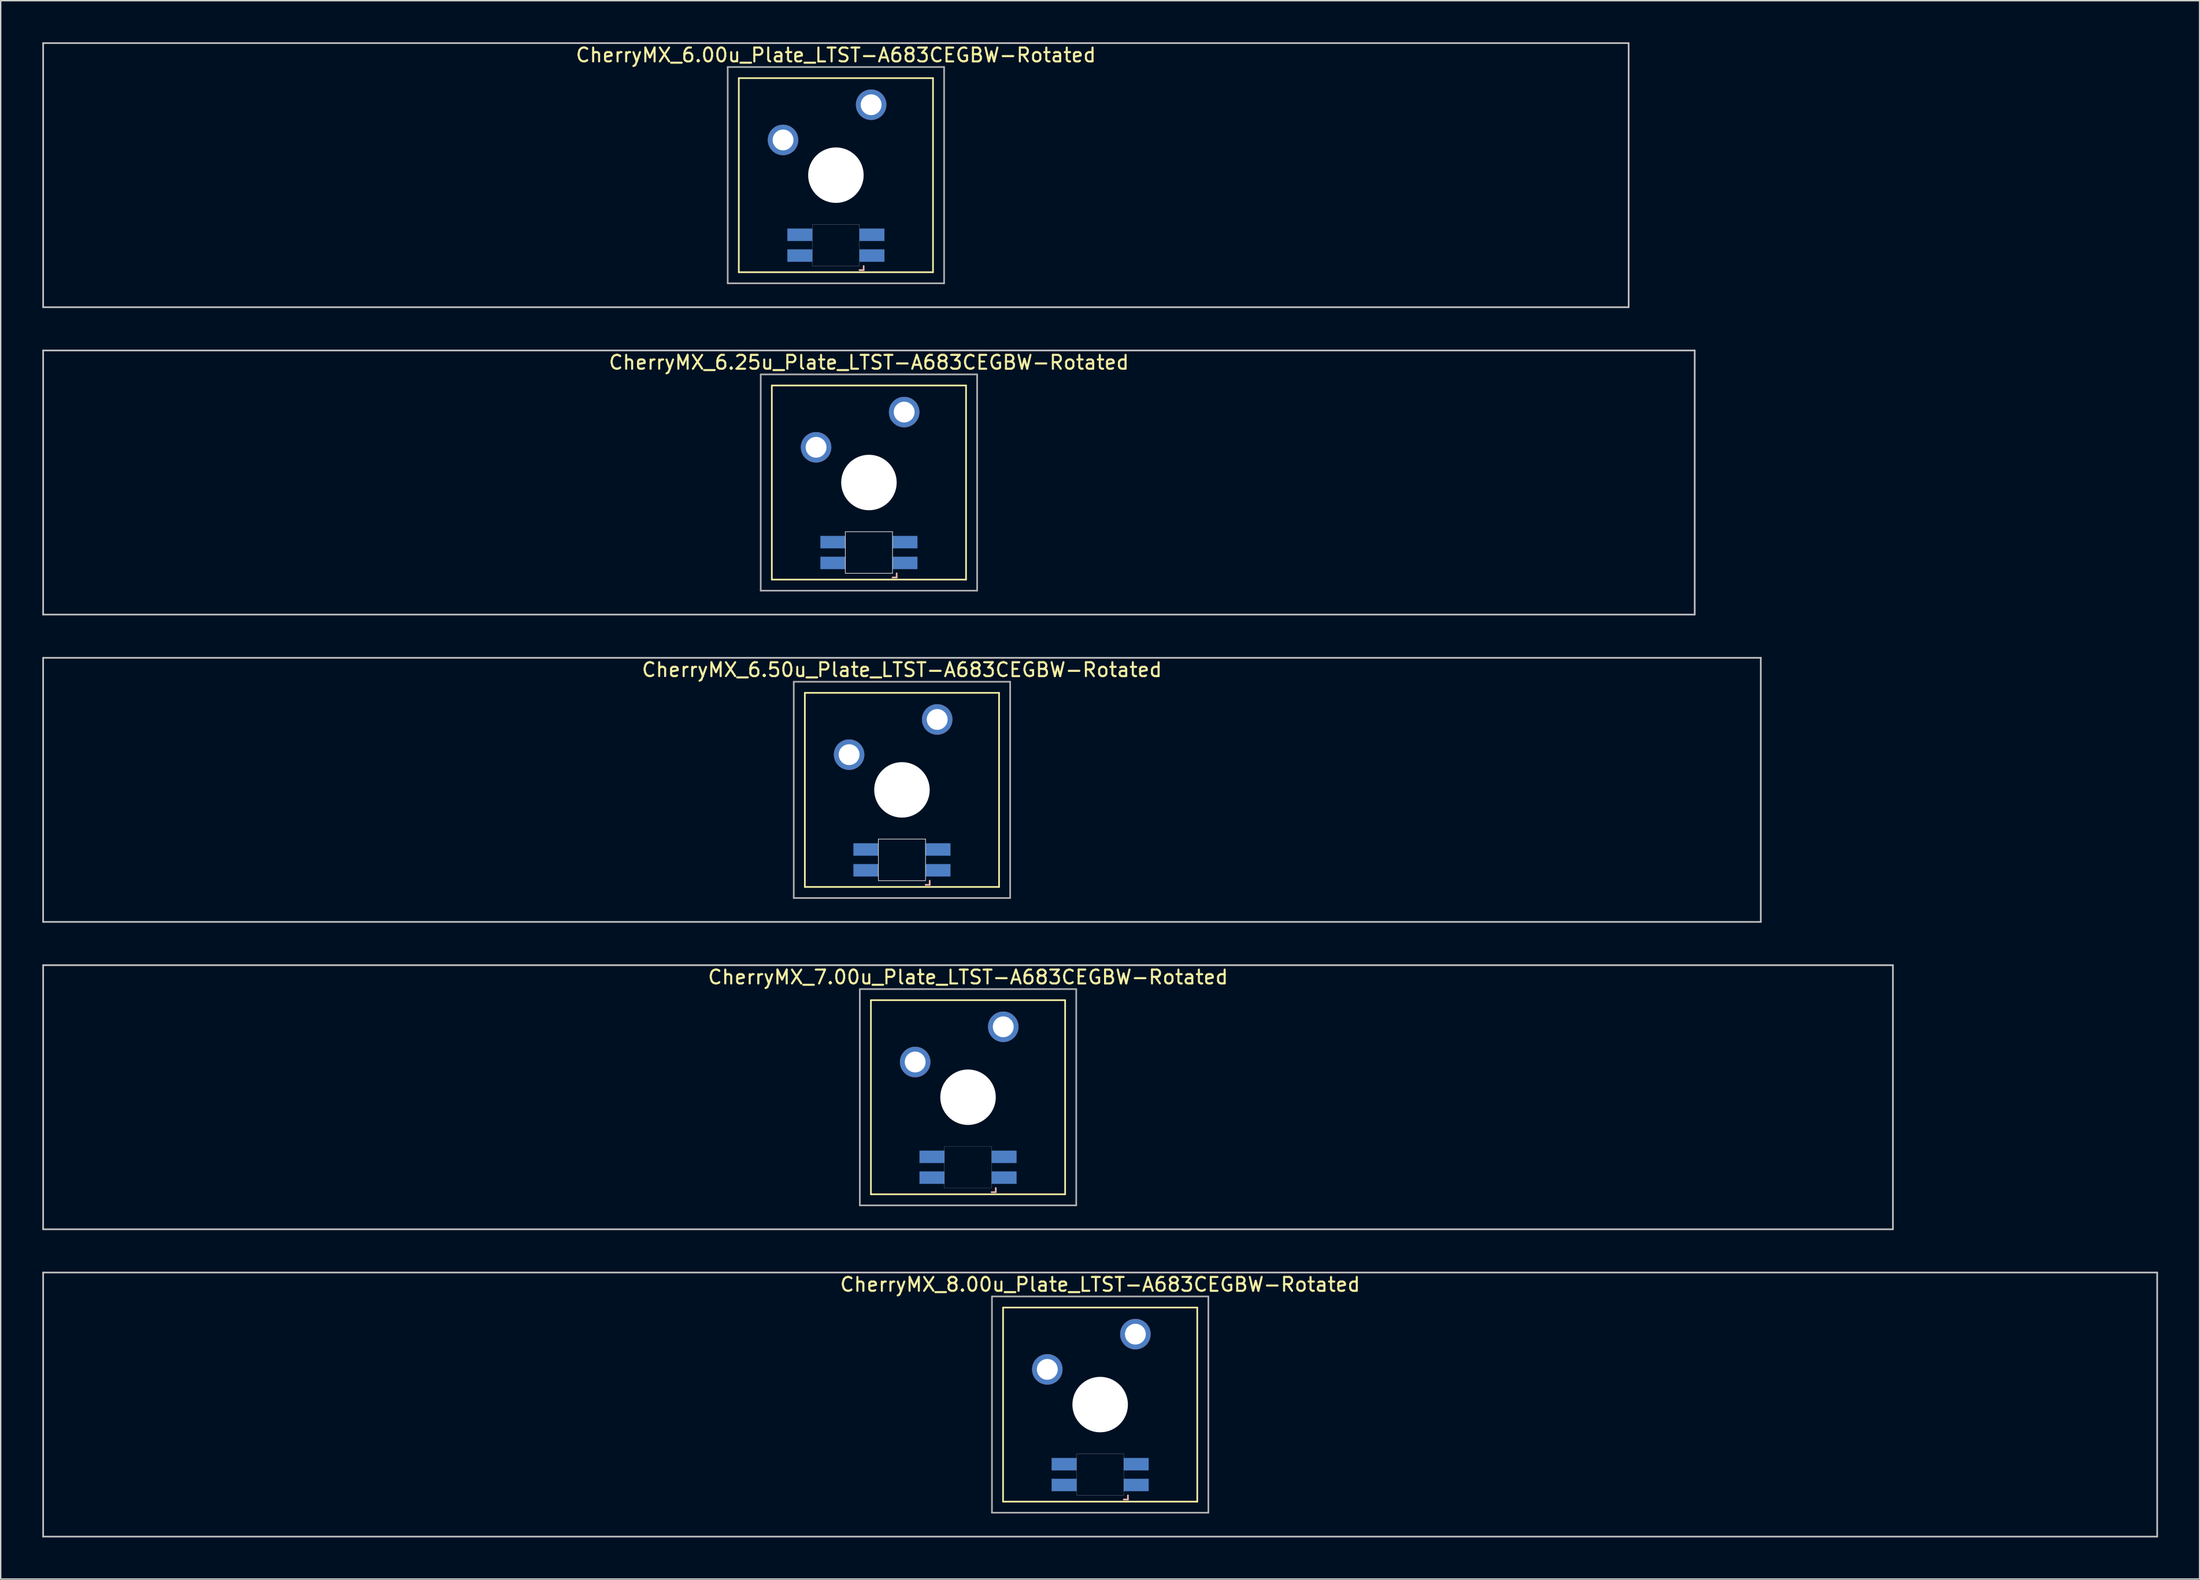
<source format=kicad_pcb>
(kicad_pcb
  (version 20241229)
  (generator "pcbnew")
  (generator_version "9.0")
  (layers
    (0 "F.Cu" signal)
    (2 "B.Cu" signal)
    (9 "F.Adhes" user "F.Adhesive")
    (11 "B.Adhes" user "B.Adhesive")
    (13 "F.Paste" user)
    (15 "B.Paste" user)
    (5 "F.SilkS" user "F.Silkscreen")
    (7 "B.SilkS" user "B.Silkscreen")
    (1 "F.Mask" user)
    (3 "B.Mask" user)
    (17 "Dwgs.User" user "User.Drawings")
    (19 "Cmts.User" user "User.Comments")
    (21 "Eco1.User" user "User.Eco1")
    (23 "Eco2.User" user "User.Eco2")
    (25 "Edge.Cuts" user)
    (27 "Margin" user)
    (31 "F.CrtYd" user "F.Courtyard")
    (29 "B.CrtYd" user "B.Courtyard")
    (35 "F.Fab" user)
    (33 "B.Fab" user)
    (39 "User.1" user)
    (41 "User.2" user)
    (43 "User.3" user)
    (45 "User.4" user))
  (footprint "CherryMX_7.00u_Plate_LTST-A683CEGBW-Rotated"
    (layer "F.Cu")
    (at 66.735 76.095)
    (property "Reference" "CherryMX_7.00u_Plate_LTST-A683CEGBW-Rotated" (at 0 -8.662 0) (layer "F.SilkS") (effects (font (size 1 1) (thickness 0.15))))
    (attr through_hole)
    (fp_line (start -7 -7) (end -7 7) (stroke (width 0.12) (type solid)) (layer "F.SilkS"))
    (fp_line (start -7 -7) (end 7 -7) (stroke (width 0.12) (type solid)) (layer "F.SilkS"))
    (fp_line (start 7 -7) (end 7 7) (stroke (width 0.12) (type solid)) (layer "F.SilkS"))
    (fp_line (start 7 7) (end -7 7) (stroke (width 0.12) (type solid)) (layer "F.SilkS"))
    (fp_line (start 1.7 6.85) (end 2 6.85) (stroke (width 0.12) (type solid)) (layer "B.SilkS"))
    (fp_line (start 2 6.85) (end 2 6.55) (stroke (width 0.12) (type solid)) (layer "B.SilkS"))
    (fp_line (start -66.675 -9.525) (end 66.675 -9.525) (stroke (width 0.12) (type solid)) (layer "Dwgs.User"))
    (fp_line (start -66.675 9.525) (end -66.675 -9.525) (stroke (width 0.12) (type solid)) (layer "Dwgs.User"))
    (fp_line (start 66.675 -9.525) (end 66.675 9.525) (stroke (width 0.12) (type solid)) (layer "Dwgs.User"))
    (fp_line (start 66.675 9.525) (end -66.675 9.525) (stroke (width 0.12) (type solid)) (layer "Dwgs.User"))
    (fp_poly (pts (xy -1.7 3.55) (xy 1.7 3.55) (xy 1.7 6.55) (xy -1.7 6.55)) (stroke (width 0.01) (type solid)) (fill no) (layer "Edge.Cuts"))
    (fp_line (start -7.8 -7.8) (end -7.8 7.8) (stroke (width 0.12) (type solid)) (layer "F.Fab"))
    (fp_line (start -7.8 -7.8) (end 7.8 -7.8) (stroke (width 0.12) (type solid)) (layer "F.Fab"))
    (fp_line (start -7.8 7.8) (end 7.8 7.8) (stroke (width 0.12) (type solid)) (layer "F.Fab"))
    (fp_line (start 7.8 -7.8) (end 7.8 7.8) (stroke (width 0.12) (type solid)) (layer "F.Fab"))
    (pad "" np_thru_hole circle (at 0 0) (size 4 4) (drill 4) (layers "*.Cu" "*.Mask"))
    (pad "1" thru_hole circle (at -3.81 -2.54) (size 2.2 2.2) (drill 1.5) (layers "*.Cu" "*.Mask"))
    (pad "2" thru_hole circle (at 2.54 -5.08) (size 2.2 2.2) (drill 1.5) (layers "*.Cu" "*.Mask"))
    (pad "3" smd rect (at 2.6 5.8 180) (size 1.8 0.9) (layers "B.Cu" "B.Mask" "B.Paste"))
    (pad "4" smd rect (at 2.6 4.3 180) (size 1.8 0.9) (layers "B.Cu" "B.Mask" "B.Paste"))
    (pad "5" smd rect (at -2.6 5.8 180) (size 1.8 0.9) (layers "B.Cu" "B.Mask" "B.Paste"))
    (pad "6" smd rect (at -2.6 4.3 180) (size 1.8 0.9) (layers "B.Cu" "B.Mask" "B.Paste")))
  (footprint "CherryMX_6.00u_Plate_LTST-A683CEGBW-Rotated"
    (layer "F.Cu")
    (at 57.21 9.585)
    (property "Reference" "CherryMX_6.00u_Plate_LTST-A683CEGBW-Rotated" (at 0 -8.662 0) (layer "F.SilkS") (effects (font (size 1 1) (thickness 0.15))))
    (attr through_hole)
    (fp_line (start -7 -7) (end -7 7) (stroke (width 0.12) (type solid)) (layer "F.SilkS"))
    (fp_line (start -7 -7) (end 7 -7) (stroke (width 0.12) (type solid)) (layer "F.SilkS"))
    (fp_line (start 7 -7) (end 7 7) (stroke (width 0.12) (type solid)) (layer "F.SilkS"))
    (fp_line (start 7 7) (end -7 7) (stroke (width 0.12) (type solid)) (layer "F.SilkS"))
    (fp_line (start 1.7 6.85) (end 2 6.85) (stroke (width 0.12) (type solid)) (layer "B.SilkS"))
    (fp_line (start 2 6.85) (end 2 6.55) (stroke (width 0.12) (type solid)) (layer "B.SilkS"))
    (fp_line (start -57.15 -9.525) (end 57.15 -9.525) (stroke (width 0.12) (type solid)) (layer "Dwgs.User"))
    (fp_line (start -57.15 9.525) (end -57.15 -9.525) (stroke (width 0.12) (type solid)) (layer "Dwgs.User"))
    (fp_line (start 57.15 -9.525) (end 57.15 9.525) (stroke (width 0.12) (type solid)) (layer "Dwgs.User"))
    (fp_line (start 57.15 9.525) (end -57.15 9.525) (stroke (width 0.12) (type solid)) (layer "Dwgs.User"))
    (fp_poly (pts (xy -1.7 3.55) (xy 1.7 3.55) (xy 1.7 6.55) (xy -1.7 6.55)) (stroke (width 0.01) (type solid)) (fill no) (layer "Edge.Cuts"))
    (fp_line (start -7.8 -7.8) (end -7.8 7.8) (stroke (width 0.12) (type solid)) (layer "F.Fab"))
    (fp_line (start -7.8 -7.8) (end 7.8 -7.8) (stroke (width 0.12) (type solid)) (layer "F.Fab"))
    (fp_line (start -7.8 7.8) (end 7.8 7.8) (stroke (width 0.12) (type solid)) (layer "F.Fab"))
    (fp_line (start 7.8 -7.8) (end 7.8 7.8) (stroke (width 0.12) (type solid)) (layer "F.Fab"))
    (pad "" np_thru_hole circle (at 0 0) (size 4 4) (drill 4) (layers "*.Cu" "*.Mask"))
    (pad "1" thru_hole circle (at -3.81 -2.54) (size 2.2 2.2) (drill 1.5) (layers "*.Cu" "*.Mask"))
    (pad "2" thru_hole circle (at 2.54 -5.08) (size 2.2 2.2) (drill 1.5) (layers "*.Cu" "*.Mask"))
    (pad "3" smd rect (at 2.6 5.8 180) (size 1.8 0.9) (layers "B.Cu" "B.Mask" "B.Paste"))
    (pad "4" smd rect (at 2.6 4.3 180) (size 1.8 0.9) (layers "B.Cu" "B.Mask" "B.Paste"))
    (pad "5" smd rect (at -2.6 5.8 180) (size 1.8 0.9) (layers "B.Cu" "B.Mask" "B.Paste"))
    (pad "6" smd rect (at -2.6 4.3 180) (size 1.8 0.9) (layers "B.Cu" "B.Mask" "B.Paste")))
  (footprint "CherryMX_6.25u_Plate_LTST-A683CEGBW-Rotated"
    (layer "F.Cu")
    (at 59.591 31.755)
    (property "Reference" "CherryMX_6.25u_Plate_LTST-A683CEGBW-Rotated" (at 0 -8.662 0) (layer "F.SilkS") (effects (font (size 1 1) (thickness 0.15))))
    (attr through_hole)
    (fp_line (start -7 -7) (end -7 7) (stroke (width 0.12) (type solid)) (layer "F.SilkS"))
    (fp_line (start -7 -7) (end 7 -7) (stroke (width 0.12) (type solid)) (layer "F.SilkS"))
    (fp_line (start 7 -7) (end 7 7) (stroke (width 0.12) (type solid)) (layer "F.SilkS"))
    (fp_line (start 7 7) (end -7 7) (stroke (width 0.12) (type solid)) (layer "F.SilkS"))
    (fp_line (start 1.7 6.85) (end 2 6.85) (stroke (width 0.12) (type solid)) (layer "B.SilkS"))
    (fp_line (start 2 6.85) (end 2 6.55) (stroke (width 0.12) (type solid)) (layer "B.SilkS"))
    (fp_line (start -59.531 -9.525) (end 59.531 -9.525) (stroke (width 0.12) (type solid)) (layer "Dwgs.User"))
    (fp_line (start -59.531 9.525) (end -59.531 -9.525) (stroke (width 0.12) (type solid)) (layer "Dwgs.User"))
    (fp_line (start 59.531 -9.525) (end 59.531 9.525) (stroke (width 0.12) (type solid)) (layer "Dwgs.User"))
    (fp_line (start 59.531 9.525) (end -59.531 9.525) (stroke (width 0.12) (type solid)) (layer "Dwgs.User"))
    (fp_line (start -1.7 3.55) (end 1.7 3.55) (stroke (width 0.05) (type solid)) (layer "Edge.Cuts"))
    (fp_line (start -1.7 6.55) (end -1.7 3.55) (stroke (width 0.05) (type solid)) (layer "Edge.Cuts"))
    (fp_line (start 1.7 3.55) (end 1.7 6.55) (stroke (width 0.05) (type solid)) (layer "Edge.Cuts"))
    (fp_line (start 1.7 6.55) (end -1.7 6.55) (stroke (width 0.05) (type solid)) (layer "Edge.Cuts"))
    (fp_line (start -7.8 -7.8) (end -7.8 7.8) (stroke (width 0.12) (type solid)) (layer "F.Fab"))
    (fp_line (start -7.8 -7.8) (end 7.8 -7.8) (stroke (width 0.12) (type solid)) (layer "F.Fab"))
    (fp_line (start -7.8 7.8) (end 7.8 7.8) (stroke (width 0.12) (type solid)) (layer "F.Fab"))
    (fp_line (start 7.8 -7.8) (end 7.8 7.8) (stroke (width 0.12) (type solid)) (layer "F.Fab"))
    (pad "" np_thru_hole circle (at 0 0) (size 4 4) (drill 4) (layers "*.Cu" "*.Mask"))
    (pad "1" thru_hole circle (at -3.81 -2.54) (size 2.2 2.2) (drill 1.5) (layers "*.Cu" "*.Mask"))
    (pad "2" thru_hole circle (at 2.54 -5.08) (size 2.2 2.2) (drill 1.5) (layers "*.Cu" "*.Mask"))
    (pad "3" smd rect (at 2.6 5.8 180) (size 1.8 0.9) (layers "B.Cu" "B.Mask" "B.Paste"))
    (pad "4" smd rect (at 2.6 4.3 180) (size 1.8 0.9) (layers "B.Cu" "B.Mask" "B.Paste"))
    (pad "5" smd rect (at -2.6 5.8 180) (size 1.8 0.9) (layers "B.Cu" "B.Mask" "B.Paste"))
    (pad "6" smd rect (at -2.6 4.3 180) (size 1.8 0.9) (layers "B.Cu" "B.Mask" "B.Paste")))
  (footprint "CherryMX_8.00u_Plate_LTST-A683CEGBW-Rotated"
    (layer "F.Cu")
    (at 76.26 98.265)
    (property "Reference" "CherryMX_8.00u_Plate_LTST-A683CEGBW-Rotated" (at 0 -8.662 0) (layer "F.SilkS") (effects (font (size 1 1) (thickness 0.15))))
    (attr through_hole)
    (fp_line (start -7 -7) (end -7 7) (stroke (width 0.12) (type solid)) (layer "F.SilkS"))
    (fp_line (start -7 -7) (end 7 -7) (stroke (width 0.12) (type solid)) (layer "F.SilkS"))
    (fp_line (start 7 -7) (end 7 7) (stroke (width 0.12) (type solid)) (layer "F.SilkS"))
    (fp_line (start 7 7) (end -7 7) (stroke (width 0.12) (type solid)) (layer "F.SilkS"))
    (fp_line (start 1.7 6.85) (end 2 6.85) (stroke (width 0.12) (type solid)) (layer "B.SilkS"))
    (fp_line (start 2 6.85) (end 2 6.55) (stroke (width 0.12) (type solid)) (layer "B.SilkS"))
    (fp_line (start -76.2 -9.525) (end 76.2 -9.525) (stroke (width 0.12) (type solid)) (layer "Dwgs.User"))
    (fp_line (start -76.2 9.525) (end -76.2 -9.525) (stroke (width 0.12) (type solid)) (layer "Dwgs.User"))
    (fp_line (start 76.2 -9.525) (end 76.2 9.525) (stroke (width 0.12) (type solid)) (layer "Dwgs.User"))
    (fp_line (start 76.2 9.525) (end -76.2 9.525) (stroke (width 0.12) (type solid)) (layer "Dwgs.User"))
    (fp_poly (pts (xy -1.7 3.55) (xy 1.7 3.55) (xy 1.7 6.55) (xy -1.7 6.55)) (stroke (width 0.01) (type solid)) (fill no) (layer "Edge.Cuts"))
    (fp_line (start -7.8 -7.8) (end -7.8 7.8) (stroke (width 0.12) (type solid)) (layer "F.Fab"))
    (fp_line (start -7.8 -7.8) (end 7.8 -7.8) (stroke (width 0.12) (type solid)) (layer "F.Fab"))
    (fp_line (start -7.8 7.8) (end 7.8 7.8) (stroke (width 0.12) (type solid)) (layer "F.Fab"))
    (fp_line (start 7.8 -7.8) (end 7.8 7.8) (stroke (width 0.12) (type solid)) (layer "F.Fab"))
    (pad "" np_thru_hole circle (at 0 0) (size 4 4) (drill 4) (layers "*.Cu" "*.Mask"))
    (pad "1" thru_hole circle (at -3.81 -2.54) (size 2.2 2.2) (drill 1.5) (layers "*.Cu" "*.Mask"))
    (pad "2" thru_hole circle (at 2.54 -5.08) (size 2.2 2.2) (drill 1.5) (layers "*.Cu" "*.Mask"))
    (pad "3" smd rect (at 2.6 5.8 180) (size 1.8 0.9) (layers "B.Cu" "B.Mask" "B.Paste"))
    (pad "4" smd rect (at 2.6 4.3 180) (size 1.8 0.9) (layers "B.Cu" "B.Mask" "B.Paste"))
    (pad "5" smd rect (at -2.6 5.8 180) (size 1.8 0.9) (layers "B.Cu" "B.Mask" "B.Paste"))
    (pad "6" smd rect (at -2.6 4.3 180) (size 1.8 0.9) (layers "B.Cu" "B.Mask" "B.Paste")))
  (footprint "CherryMX_6.50u_Plate_LTST-A683CEGBW-Rotated"
    (layer "F.Cu")
    (at 61.972 53.925)
    (property "Reference" "CherryMX_6.50u_Plate_LTST-A683CEGBW-Rotated" (at 0 -8.662 0) (layer "F.SilkS") (effects (font (size 1 1) (thickness 0.15))))
    (attr through_hole)
    (fp_line (start -7 -7) (end -7 7) (stroke (width 0.12) (type solid)) (layer "F.SilkS"))
    (fp_line (start -7 -7) (end 7 -7) (stroke (width 0.12) (type solid)) (layer "F.SilkS"))
    (fp_line (start 7 -7) (end 7 7) (stroke (width 0.12) (type solid)) (layer "F.SilkS"))
    (fp_line (start 7 7) (end -7 7) (stroke (width 0.12) (type solid)) (layer "F.SilkS"))
    (fp_line (start 1.7 6.85) (end 2 6.85) (stroke (width 0.12) (type solid)) (layer "B.SilkS"))
    (fp_line (start 2 6.85) (end 2 6.55) (stroke (width 0.12) (type solid)) (layer "B.SilkS"))
    (fp_line (start -61.913 -9.525) (end 61.913 -9.525) (stroke (width 0.12) (type solid)) (layer "Dwgs.User"))
    (fp_line (start -61.913 9.525) (end -61.913 -9.525) (stroke (width 0.12) (type solid)) (layer "Dwgs.User"))
    (fp_line (start 61.913 -9.525) (end 61.913 9.525) (stroke (width 0.12) (type solid)) (layer "Dwgs.User"))
    (fp_line (start 61.913 9.525) (end -61.913 9.525) (stroke (width 0.12) (type solid)) (layer "Dwgs.User"))
    (fp_line (start -1.7 3.55) (end 1.7 3.55) (stroke (width 0.05) (type solid)) (layer "Edge.Cuts"))
    (fp_line (start -1.7 6.55) (end -1.7 3.55) (stroke (width 0.05) (type solid)) (layer "Edge.Cuts"))
    (fp_line (start 1.7 3.55) (end 1.7 6.55) (stroke (width 0.05) (type solid)) (layer "Edge.Cuts"))
    (fp_line (start 1.7 6.55) (end -1.7 6.55) (stroke (width 0.05) (type solid)) (layer "Edge.Cuts"))
    (fp_line (start -7.8 -7.8) (end -7.8 7.8) (stroke (width 0.12) (type solid)) (layer "F.Fab"))
    (fp_line (start -7.8 -7.8) (end 7.8 -7.8) (stroke (width 0.12) (type solid)) (layer "F.Fab"))
    (fp_line (start -7.8 7.8) (end 7.8 7.8) (stroke (width 0.12) (type solid)) (layer "F.Fab"))
    (fp_line (start 7.8 -7.8) (end 7.8 7.8) (stroke (width 0.12) (type solid)) (layer "F.Fab"))
    (pad "" np_thru_hole circle (at 0 0) (size 4 4) (drill 4) (layers "*.Cu" "*.Mask"))
    (pad "1" thru_hole circle (at -3.81 -2.54) (size 2.2 2.2) (drill 1.5) (layers "*.Cu" "*.Mask"))
    (pad "2" thru_hole circle (at 2.54 -5.08) (size 2.2 2.2) (drill 1.5) (layers "*.Cu" "*.Mask"))
    (pad "3" smd rect (at 2.6 5.8) (size 1.8 0.9) (layers "B.Cu" "B.Mask" "B.Paste"))
    (pad "4" smd rect (at 2.6 4.3) (size 1.8 0.9) (layers "B.Cu" "B.Mask" "B.Paste"))
    (pad "5" smd rect (at -2.6 5.8) (size 1.8 0.9) (layers "B.Cu" "B.Mask" "B.Paste"))
    (pad "6" smd rect (at -2.6 4.3) (size 1.8 0.9) (layers "B.Cu" "B.Mask" "B.Paste")))
  (gr_rect
    (start -3 -3)
    (end 155.52 110.85)
    (stroke (width 0.1) (type default))
    (fill no)
    (layer "Edge.Cuts")))
</source>
